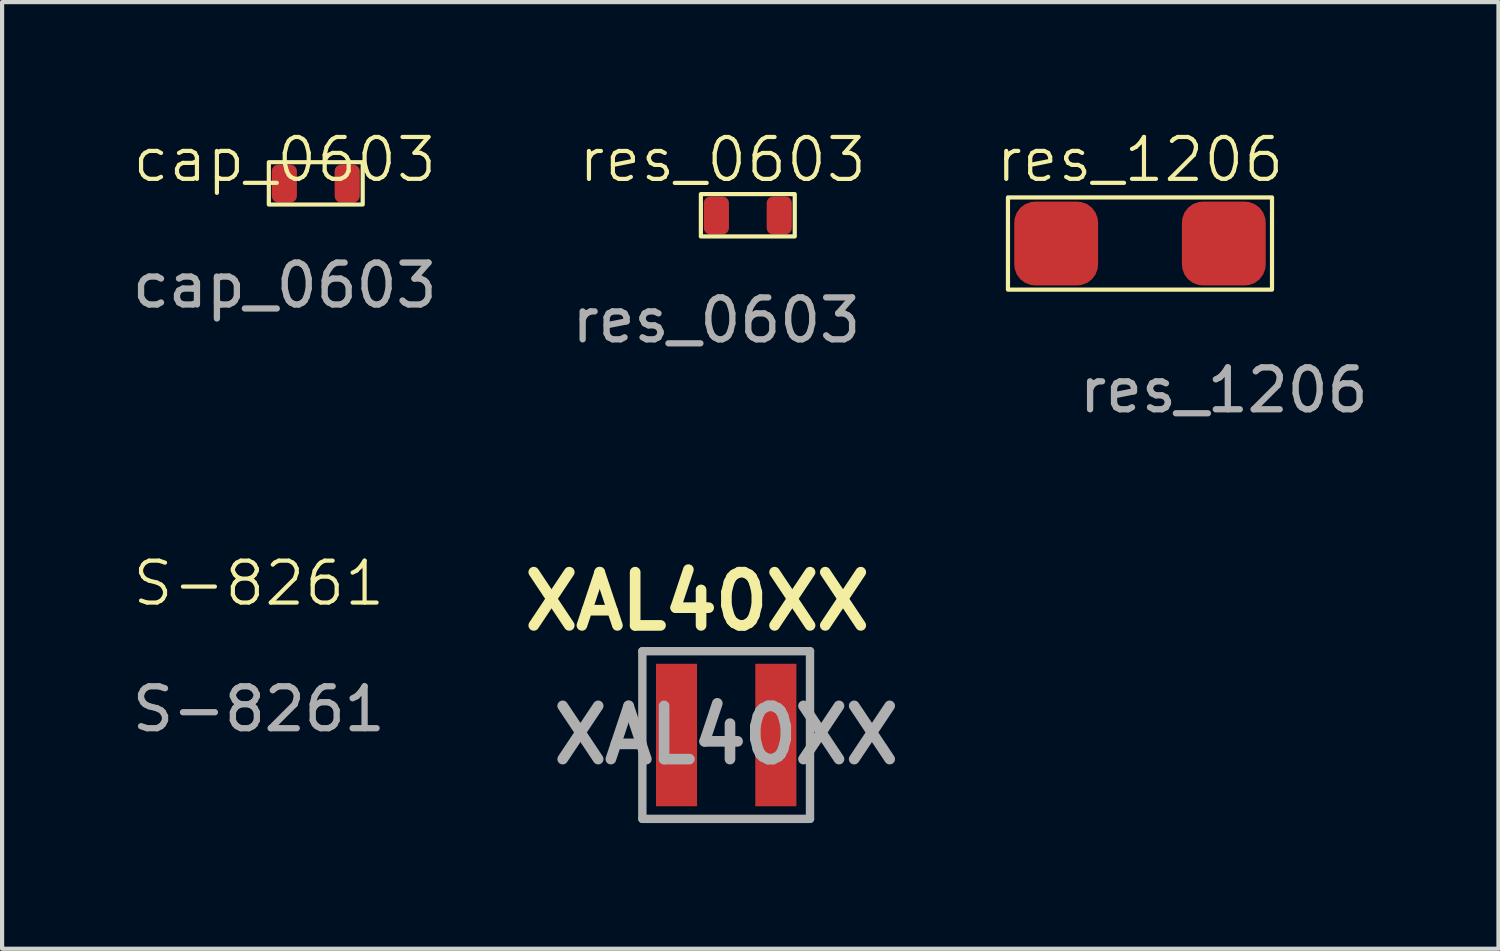
<source format=kicad_pcb>
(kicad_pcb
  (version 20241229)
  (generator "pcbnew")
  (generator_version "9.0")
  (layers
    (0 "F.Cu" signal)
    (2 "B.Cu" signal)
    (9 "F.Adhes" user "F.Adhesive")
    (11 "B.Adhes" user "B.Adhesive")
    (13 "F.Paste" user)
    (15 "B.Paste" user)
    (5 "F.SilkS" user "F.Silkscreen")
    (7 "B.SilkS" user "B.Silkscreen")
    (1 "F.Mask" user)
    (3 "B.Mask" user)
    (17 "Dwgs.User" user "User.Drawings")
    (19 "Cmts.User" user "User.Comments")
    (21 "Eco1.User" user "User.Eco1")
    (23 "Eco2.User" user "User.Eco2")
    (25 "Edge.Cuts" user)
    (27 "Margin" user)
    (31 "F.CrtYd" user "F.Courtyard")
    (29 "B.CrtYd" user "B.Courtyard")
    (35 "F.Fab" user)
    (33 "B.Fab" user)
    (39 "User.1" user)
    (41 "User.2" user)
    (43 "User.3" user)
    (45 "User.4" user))
  (footprint "res_0603"
    (layer "F.Cu")
    (at 14.042 2.091)
    (property "Reference" "res_0603" (at 0.15 -1.33 0) (unlocked yes) (layer "F.SilkS") (effects (font (size 1 1) (thickness 0.1))))
    (attr smd)
    (fp_rect (start -0.37 -0.51) (end 1.87 0.5) (stroke (width 0.1) (type default)) (fill no) (layer "F.SilkS"))
    (fp_text user "${REFERENCE}" (at 0 2.5 0) (unlocked yes) (layer "F.Fab") (effects (font (size 1 1) (thickness 0.15))))
    (pad "1" smd roundrect (at 0 0) (size 0.6 0.9) (layers "F.Cu" "F.Mask" "F.Paste") (roundrect_rratio 0.25))
    (pad "2" smd roundrect (at 1.5 0) (size 0.6 0.9) (layers "F.Cu" "F.Mask" "F.Paste") (roundrect_rratio 0.25)))
  (footprint "XAL40XX"
    (layer "F.Cu")
    (at 14.276 14.487)
    (property "Reference" "XAL40XX" (at -0.69 -3.19 0) (layer "F.SilkS") (effects (font (size 1.27 1.27) (thickness 0.254))))
    (attr smd)
    (fp_line (start -2 -2) (end 2 -2) (stroke (width 0.1) (type solid)) (layer "F.SilkS"))
    (fp_line (start -2 2) (end -2 -2) (stroke (width 0.1) (type solid)) (layer "F.SilkS"))
    (fp_line (start 2 -2) (end 2 2) (stroke (width 0.1) (type solid)) (layer "F.SilkS"))
    (fp_line (start 2 2) (end -2 2) (stroke (width 0.1) (type solid)) (layer "F.SilkS"))
    (fp_line (start -2 -2) (end -2 2) (stroke (width 0.2) (type solid)) (layer "F.Fab"))
    (fp_line (start -2 2) (end 2 2) (stroke (width 0.2) (type solid)) (layer "F.Fab"))
    (fp_line (start 2 -2) (end -2 -2) (stroke (width 0.2) (type solid)) (layer "F.Fab"))
    (fp_line (start 2 2) (end 2 -2) (stroke (width 0.2) (type solid)) (layer "F.Fab"))
    (fp_text user "${REFERENCE}" (at 0 0 0) (layer "F.Fab") (effects (font (size 1.27 1.27) (thickness 0.254))))
    (pad "1" smd rect (at -1.185 0) (size 0.98 3.4) (layers "F.Cu" "F.Mask" "F.Paste"))
    (pad "2" smd rect (at 1.185 0) (size 0.98 3.4) (layers "F.Cu" "F.Mask" "F.Paste")))
  (footprint "res_1206"
    (layer "F.Cu")
    (at 26.149 3.76)
    (property "Reference" "res_1206" (at -2 -3 0) (unlocked yes) (layer "F.SilkS") (effects (font (size 1 1) (thickness 0.1))))
    (attr smd)
    (fp_rect (start -5.15 -2.1) (end 1.15 0.1) (stroke (width 0.1) (type default)) (fill no) (layer "F.SilkS"))
    (fp_text user "${REFERENCE}" (at 0 2.5 0) (unlocked yes) (layer "F.Fab") (effects (font (size 1 1) (thickness 0.15))))
    (pad "1" smd roundrect (at 0 -1) (size 2 2) (layers "F.Cu" "F.Mask" "F.Paste") (roundrect_rratio 0.25))
    (pad "2" smd roundrect (at -4 -1) (size 2 2) (layers "F.Cu" "F.Mask" "F.Paste") (roundrect_rratio 0.25)))
  (footprint "cap_0603"
    (layer "F.Cu")
    (at 3.744 1.26)
    (property "Reference" "cap_0603" (at 0 -0.5 0) (unlocked yes) (layer "F.SilkS") (effects (font (size 1 1) (thickness 0.1))))
    (attr smd)
    (fp_rect (start -0.38 -0.44) (end 1.86 0.57) (stroke (width 0.1) (type default)) (fill no) (layer "F.SilkS"))
    (fp_text user "${REFERENCE}" (at 0 2.5 0) (unlocked yes) (layer "F.Fab") (effects (font (size 1 1) (thickness 0.15))))
    (pad "1" smd roundrect (at -0.01 0.07) (size 0.6 0.9) (layers "F.Cu" "F.Mask" "F.Paste") (roundrect_rratio 0.25))
    (pad "2" smd roundrect (at 1.49 0.07) (size 0.6 0.9) (layers "F.Cu" "F.Mask" "F.Paste") (roundrect_rratio 0.25)))
  (footprint "S-8261"
    (layer "F.Cu")
    (at 3.125 11.369)
    (property "Reference" "S-8261" (at 0 -0.5 0) (unlocked yes) (layer "F.SilkS") (effects (font (size 1 1) (thickness 0.1))))
    (attr smd)
    (fp_text user "${REFERENCE}" (at 0 2.5 0) (unlocked yes) (layer "F.Fab") (effects (font (size 1 1) (thickness 0.15)))))
  (gr_rect
    (start -3 -3)
    (end 32.702 19.587)
    (stroke (width 0.1) (type default))
    (fill no)
    (layer "Edge.Cuts")))
</source>
